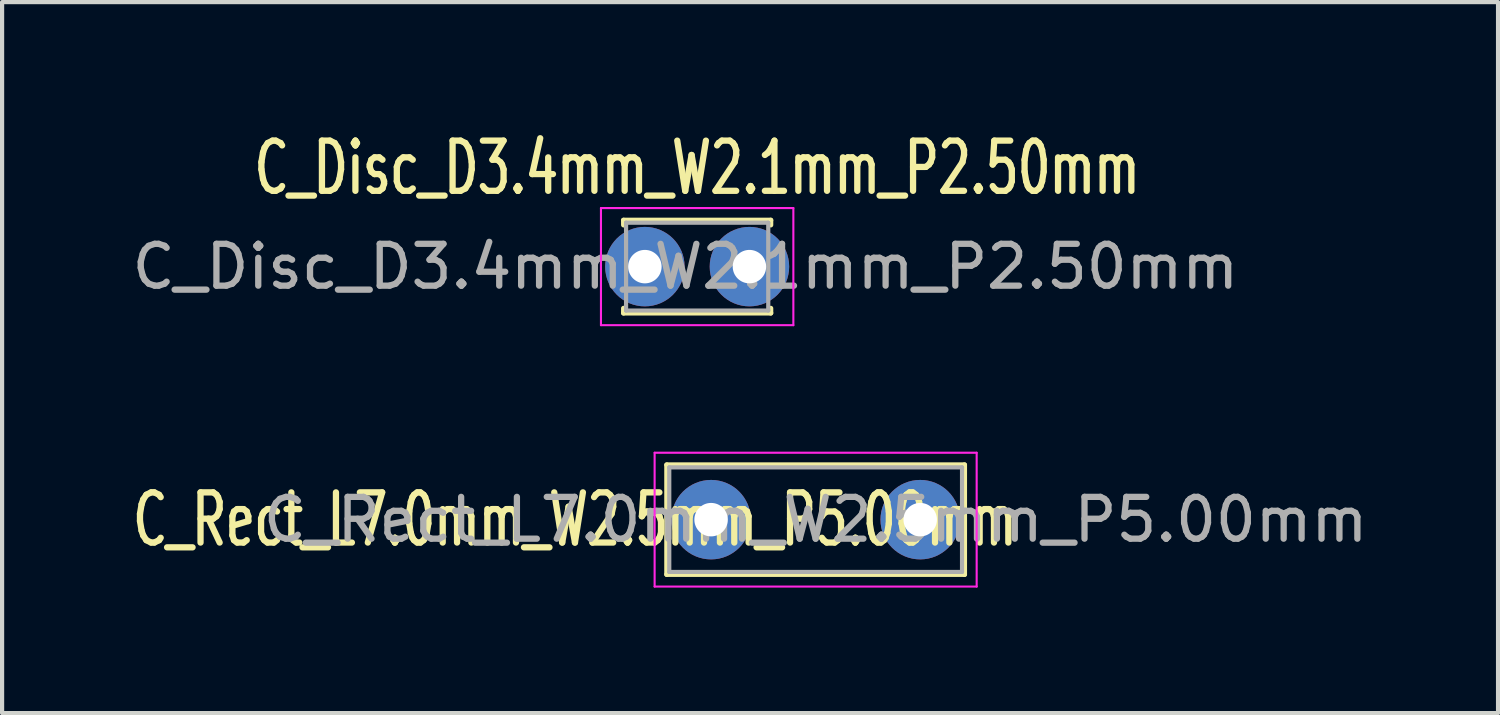
<source format=kicad_pcb>
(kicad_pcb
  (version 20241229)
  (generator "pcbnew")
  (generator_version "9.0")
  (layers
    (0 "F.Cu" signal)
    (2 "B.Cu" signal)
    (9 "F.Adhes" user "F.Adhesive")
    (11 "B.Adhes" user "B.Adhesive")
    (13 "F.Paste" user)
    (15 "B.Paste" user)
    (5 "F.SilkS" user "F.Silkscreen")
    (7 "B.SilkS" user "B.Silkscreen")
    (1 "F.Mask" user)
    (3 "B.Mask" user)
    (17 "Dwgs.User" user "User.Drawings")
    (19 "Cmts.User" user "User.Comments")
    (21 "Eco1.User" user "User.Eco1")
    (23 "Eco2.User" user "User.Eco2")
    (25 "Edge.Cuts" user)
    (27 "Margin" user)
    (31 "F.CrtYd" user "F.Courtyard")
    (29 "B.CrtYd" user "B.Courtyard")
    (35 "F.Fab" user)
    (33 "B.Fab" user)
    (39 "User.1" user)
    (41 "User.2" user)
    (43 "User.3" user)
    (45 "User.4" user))
  (footprint "C_Disc_D3.4mm_W2.1mm_P2.50mm"
    (layer "F.Cu")
    (at 12.369 3.325)
    (property "Reference" "C_Disc_D3.4mm_W2.1mm_P2.50mm" (at 1.25 -2.36 0) (layer "F.SilkS") (effects (font (size 1.2 0.8) (thickness 0.15))))
    (attr through_hole)
    (fp_line (start -0.51 -1.11) (end -0.51 -0.996) (stroke (width 0.12) (type solid)) (layer "F.SilkS"))
    (fp_line (start -0.51 -1.11) (end 3.01 -1.11) (stroke (width 0.12) (type solid)) (layer "F.SilkS"))
    (fp_line (start -0.51 0.996) (end -0.51 1.11) (stroke (width 0.12) (type solid)) (layer "F.SilkS"))
    (fp_line (start -0.51 1.11) (end 3.01 1.11) (stroke (width 0.12) (type solid)) (layer "F.SilkS"))
    (fp_line (start 3.01 -1.11) (end 3.01 -0.996) (stroke (width 0.12) (type solid)) (layer "F.SilkS"))
    (fp_line (start 3.01 0.996) (end 3.01 1.11) (stroke (width 0.12) (type solid)) (layer "F.SilkS"))
    (fp_line (start -1.05 -1.4) (end -1.05 1.4) (stroke (width 0.05) (type solid)) (layer "F.CrtYd"))
    (fp_line (start -1.05 1.4) (end 3.55 1.4) (stroke (width 0.05) (type solid)) (layer "F.CrtYd"))
    (fp_line (start 3.55 -1.4) (end -1.05 -1.4) (stroke (width 0.05) (type solid)) (layer "F.CrtYd"))
    (fp_line (start 3.55 1.4) (end 3.55 -1.4) (stroke (width 0.05) (type solid)) (layer "F.CrtYd"))
    (fp_line (start -0.45 -1.05) (end -0.45 1.05) (stroke (width 0.1) (type solid)) (layer "F.Fab"))
    (fp_line (start -0.45 1.05) (end 2.95 1.05) (stroke (width 0.1) (type solid)) (layer "F.Fab"))
    (fp_line (start 2.95 -1.05) (end -0.45 -1.05) (stroke (width 0.1) (type solid)) (layer "F.Fab"))
    (fp_line (start 2.95 1.05) (end 2.95 -1.05) (stroke (width 0.1) (type solid)) (layer "F.Fab"))
    (fp_text user "${REFERENCE}" (at 0.97 0 0) (layer "F.Fab") (effects (font (size 1 1) (thickness 0.15))))
    (pad "1" thru_hole circle (at 0 0) (size 1.9 1.9) (drill 0.8) (layers "*.Cu" "*.Mask"))
    (pad "2" thru_hole circle (at 2.5 0) (size 1.9 1.9) (drill 0.8) (layers "*.Cu" "*.Mask")))
  (footprint "C_Rect_L7.0mm_W2.5mm_P5.00mm"
    (layer "F.Cu")
    (at 13.952 9.375)
    (property "Reference" "C_Rect_L7.0mm_W2.5mm_P5.00mm" (at -3.255 0 0) (layer "F.SilkS") (effects (font (size 1.2 0.8) (thickness 0.15))))
    (attr through_hole)
    (fp_line (start -1.06 -1.31) (end -1.06 1.31) (stroke (width 0.12) (type solid)) (layer "F.SilkS"))
    (fp_line (start -1.06 -1.31) (end 6.06 -1.31) (stroke (width 0.12) (type solid)) (layer "F.SilkS"))
    (fp_line (start -1.06 1.31) (end 6.06 1.31) (stroke (width 0.12) (type solid)) (layer "F.SilkS"))
    (fp_line (start 6.06 -1.31) (end 6.06 1.31) (stroke (width 0.12) (type solid)) (layer "F.SilkS"))
    (fp_line (start -1.35 -1.6) (end -1.35 1.6) (stroke (width 0.05) (type solid)) (layer "F.CrtYd"))
    (fp_line (start -1.35 1.6) (end 6.35 1.6) (stroke (width 0.05) (type solid)) (layer "F.CrtYd"))
    (fp_line (start 6.35 -1.6) (end -1.35 -1.6) (stroke (width 0.05) (type solid)) (layer "F.CrtYd"))
    (fp_line (start 6.35 1.6) (end 6.35 -1.6) (stroke (width 0.05) (type solid)) (layer "F.CrtYd"))
    (fp_line (start -1 -1.25) (end -1 1.25) (stroke (width 0.1) (type solid)) (layer "F.Fab"))
    (fp_line (start -1 1.25) (end 6 1.25) (stroke (width 0.1) (type solid)) (layer "F.Fab"))
    (fp_line (start 6 -1.25) (end -1 -1.25) (stroke (width 0.1) (type solid)) (layer "F.Fab"))
    (fp_line (start 6 1.25) (end 6 -1.25) (stroke (width 0.1) (type solid)) (layer "F.Fab"))
    (fp_text user "${REFERENCE}" (at 2.5 0 0) (layer "F.Fab") (effects (font (size 1 1) (thickness 0.15))))
    (pad "1" thru_hole circle (at 0 0) (size 1.9 1.9) (drill 0.8) (layers "*.Cu" "*.Mask"))
    (pad "2" thru_hole circle (at 5 0) (size 1.9 1.9) (drill 0.8) (layers "*.Cu" "*.Mask")))
  (gr_rect
    (start -3 -3)
    (end 32.768 14)
    (stroke (width 0.1) (type default))
    (fill no)
    (layer "Edge.Cuts")))
</source>
